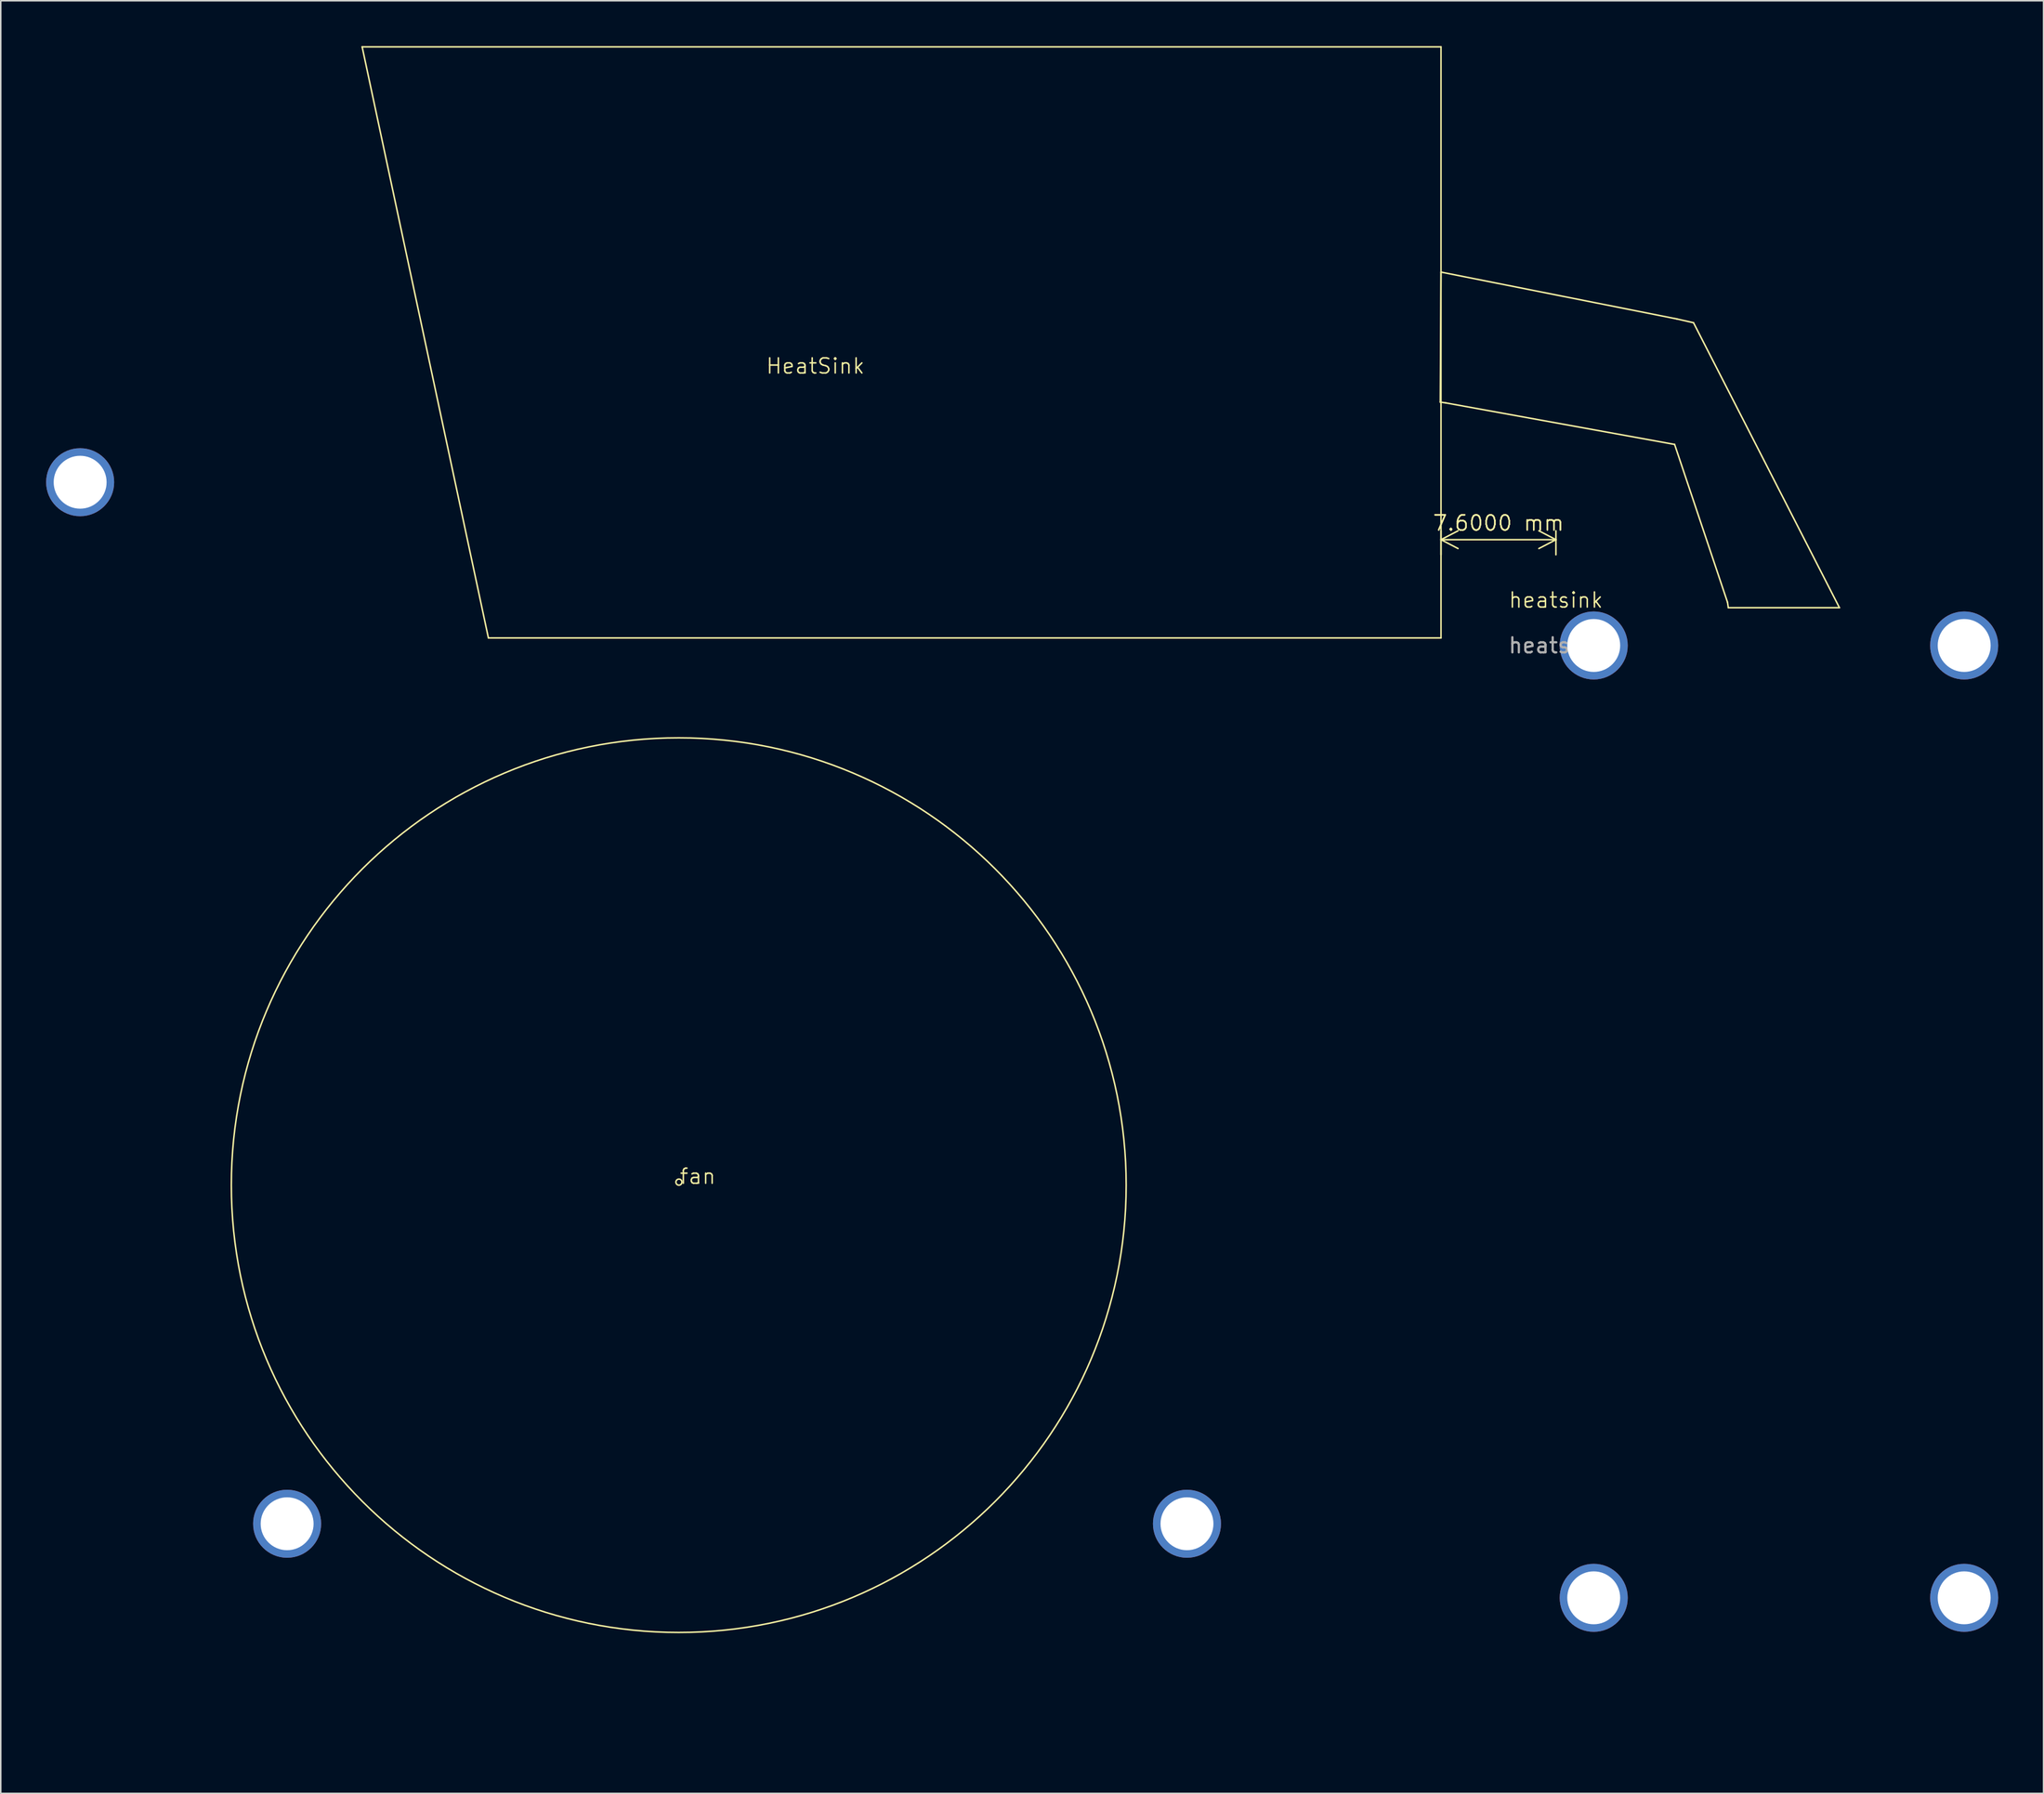
<source format=kicad_pcb>
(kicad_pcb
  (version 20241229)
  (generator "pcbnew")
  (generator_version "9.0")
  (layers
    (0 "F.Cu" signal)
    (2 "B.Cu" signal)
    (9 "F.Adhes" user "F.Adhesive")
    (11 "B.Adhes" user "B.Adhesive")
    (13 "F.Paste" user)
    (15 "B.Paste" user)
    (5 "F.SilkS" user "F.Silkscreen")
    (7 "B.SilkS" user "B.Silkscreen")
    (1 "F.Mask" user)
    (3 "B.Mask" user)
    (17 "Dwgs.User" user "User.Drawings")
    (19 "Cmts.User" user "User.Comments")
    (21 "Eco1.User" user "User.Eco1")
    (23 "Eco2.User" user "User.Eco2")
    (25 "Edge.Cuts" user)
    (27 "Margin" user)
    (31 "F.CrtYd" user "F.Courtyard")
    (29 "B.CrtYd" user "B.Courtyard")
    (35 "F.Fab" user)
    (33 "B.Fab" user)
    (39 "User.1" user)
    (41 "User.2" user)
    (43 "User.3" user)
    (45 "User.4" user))
  (footprint "heatsink"
    (layer "F.Cu")
    (at 99.85 37.15)
    (property "Reference" "heatsink" (at 0 -0.5 0) (unlocked yes) (layer "F.SilkS") (effects (font (size 1 1) (thickness 0.1))))
    (fp_line (start -78.95 -37.1) (end -70.6 2) (stroke (width 0.1) (type default)) (layer "F.SilkS"))
    (fp_line (start -78.95 -37.1) (end -7.6 -37.1) (stroke (width 0.1) (type default)) (layer "F.SilkS"))
    (fp_line (start -70.6 2) (end -7.6 2) (stroke (width 0.1) (type default)) (layer "F.SilkS"))
    (fp_line (start -7.65 -13.6) (end -7.6 -22.2) (stroke (width 0.1) (type default)) (layer "F.SilkS"))
    (fp_line (start -7.6 -37.1) (end -7.6 2) (stroke (width 0.1) (type default)) (layer "F.SilkS"))
    (fp_line (start -7.6 -22.2) (end 8 -19.1) (stroke (width 0.1) (type default)) (layer "F.SilkS"))
    (fp_line (start -7.3 -13.55) (end -7.65 -13.6) (stroke (width 0.1) (type default)) (layer "F.SilkS"))
    (fp_line (start 7.85 -10.8) (end -7.3 -13.55) (stroke (width 0.1) (type default)) (layer "F.SilkS"))
    (fp_line (start 8 -19.1) (end 9.1 -18.85) (stroke (width 0.1) (type default)) (layer "F.SilkS"))
    (fp_line (start 9.1 -18.85) (end 18.75 0) (stroke (width 0.1) (type default)) (layer "F.SilkS"))
    (fp_line (start 11.35 -0.35) (end 7.85 -10.8) (stroke (width 0.1) (type default)) (layer "F.SilkS"))
    (fp_line (start 11.4 0) (end 11.35 -0.35) (stroke (width 0.1) (type default)) (layer "F.SilkS"))
    (fp_line (start 18.75 0) (end 11.4 0) (stroke (width 0.1) (type default)) (layer "F.SilkS"))
    (fp_circle (center -58.011 38.2) (end -28.421 38.2) (stroke (width 0.1) (type default)) (fill no) (layer "F.SilkS"))
    (fp_circle (center -58 38) (end -58.011 38.2) (stroke (width 0.1) (type default)) (fill no) (layer "F.SilkS"))
    (fp_text user "HeatSink" (at -52.3 -15.4 0) (unlocked yes) (layer "F.SilkS") (effects (font (size 1 1) (thickness 0.1)) (justify left bottom)))
    (fp_text user "fan" (at -58.011 38.2 0) (unlocked yes) (layer "F.SilkS") (effects (font (size 1 1) (thickness 0.1)) (justify left bottom)))
    (fp_text user "${REFERENCE}" (at 0 2.5 0) (unlocked yes) (layer "F.Fab") (effects (font (size 1 1) (thickness 0.15))))
    (dimension (type aligned) (layer "F.SilkS") (pts (xy 99.85 34.15) (xy 92.25 34.15)) (height 1.5) (format (prefix "") (suffix "") (units 3) (units_format 1) (precision 4)) (style (thickness 0.1) (arrow_length 1.27) (text_position_mode 0) (arrow_direction outward) (extension_height 0.586) (extension_offset 0.5) (keep_text_aligned yes)) (gr_text "7.6000 mm" (at 96.05 31.55 0) (layer "F.SilkS") (effects (font (size 1 1) (thickness 0.1)))))
    (dimension (type aligned) (layer "User.1") (pts (xy 15.939 97.75) (xy 41.85 74.95)) (height -17.548) (format (prefix "") (suffix "") (units 3) (units_format 1) (precision 4)) (style (thickness 0.1) (arrow_length 1.27) (text_position_mode 0) (arrow_direction outward) (extension_height 0.586) (extension_offset 0.5) (keep_text_aligned yes)) (gr_text "34.5140 mm" (at 16.543 72.313 41.346) (layer "User.1") (effects (font (size 1 1) (thickness 0.15)))))
    (dimension (type aligned) (layer "User.1") (pts (xy 41.65 75.15) (xy 75.45 97.75)) (height -11.695) (format (prefix "") (suffix "") (units 3) (units_format 1) (precision 4)) (style (thickness 0.1) (arrow_length 1.27) (text_position_mode 0) (arrow_direction outward) (extension_height 0.586) (extension_offset 0.5) (keep_text_aligned yes)) (gr_text "40.6598 mm" (at 65.69 75.772 326.232) (layer "User.1") (effects (font (size 1 1) (thickness 0.15)))))
    (dimension (type aligned) (layer "User.1") (pts (xy 44.25 39.15) (xy 43.85 0.15)) (height -27.856) (format (prefix "") (suffix "") (units 3) (units_format 1) (precision 4)) (style (thickness 0.1) (arrow_length 1.27) (text_position_mode 0) (arrow_direction outward) (extension_height 0.586) (extension_offset 0.5) (keep_text_aligned yes)) (gr_text "39.0021 mm" (at 17.346 19.924 -89.412) (layer "User.1") (effects (font (size 1 1) (thickness 0.15)))))
    (dimension (type aligned) (layer "User.1") (pts (xy 15.939 97.75) (xy 75.45 97.75)) (height 14.2) (format (prefix "") (suffix "") (units 3) (units_format 1) (precision 4)) (style (thickness 0.1) (arrow_length 1.27) (text_position_mode 0) (arrow_direction outward) (extension_height 0.586) (extension_offset 0.5) (keep_text_aligned yes)) (gr_text "59.5106 mm" (at 45.695 110.8 0) (layer "User.1") (effects (font (size 1 1) (thickness 0.15)))))
    (pad "" thru_hole circle (at -97.6 -8.3) (size 4.5 4.5) (drill 3.5) (layers "*.Cu" "*.Mask"))
    (pad "" thru_hole circle (at -83.911 60.6) (size 4.5 4.5) (drill 3.5) (layers "*.Cu" "*.Mask"))
    (pad "" thru_hole circle (at -24.4 60.6) (size 4.5 4.5) (drill 3.5) (layers "*.Cu" "*.Mask"))
    (pad "" thru_hole circle (at 2.5 2.5) (size 4.5 4.5) (drill 3.5) (layers "*.Cu" "*.Mask"))
    (pad "" thru_hole circle (at 2.5 65.5) (size 4.5 4.5) (drill 3.5) (layers "*.Cu" "*.Mask"))
    (pad "" thru_hole circle (at 27 2.5) (size 4.5 4.5) (drill 3.5) (layers "*.Cu" "*.Mask"))
    (pad "" thru_hole circle (at 27 65.5) (size 4.5 4.5) (drill 3.5) (layers "*.Cu" "*.Mask")))
  (gr_rect
    (start -3 -3)
    (end 132.1 115.586)
    (stroke (width 0.1) (type default))
    (fill no)
    (layer "Edge.Cuts")))
</source>
